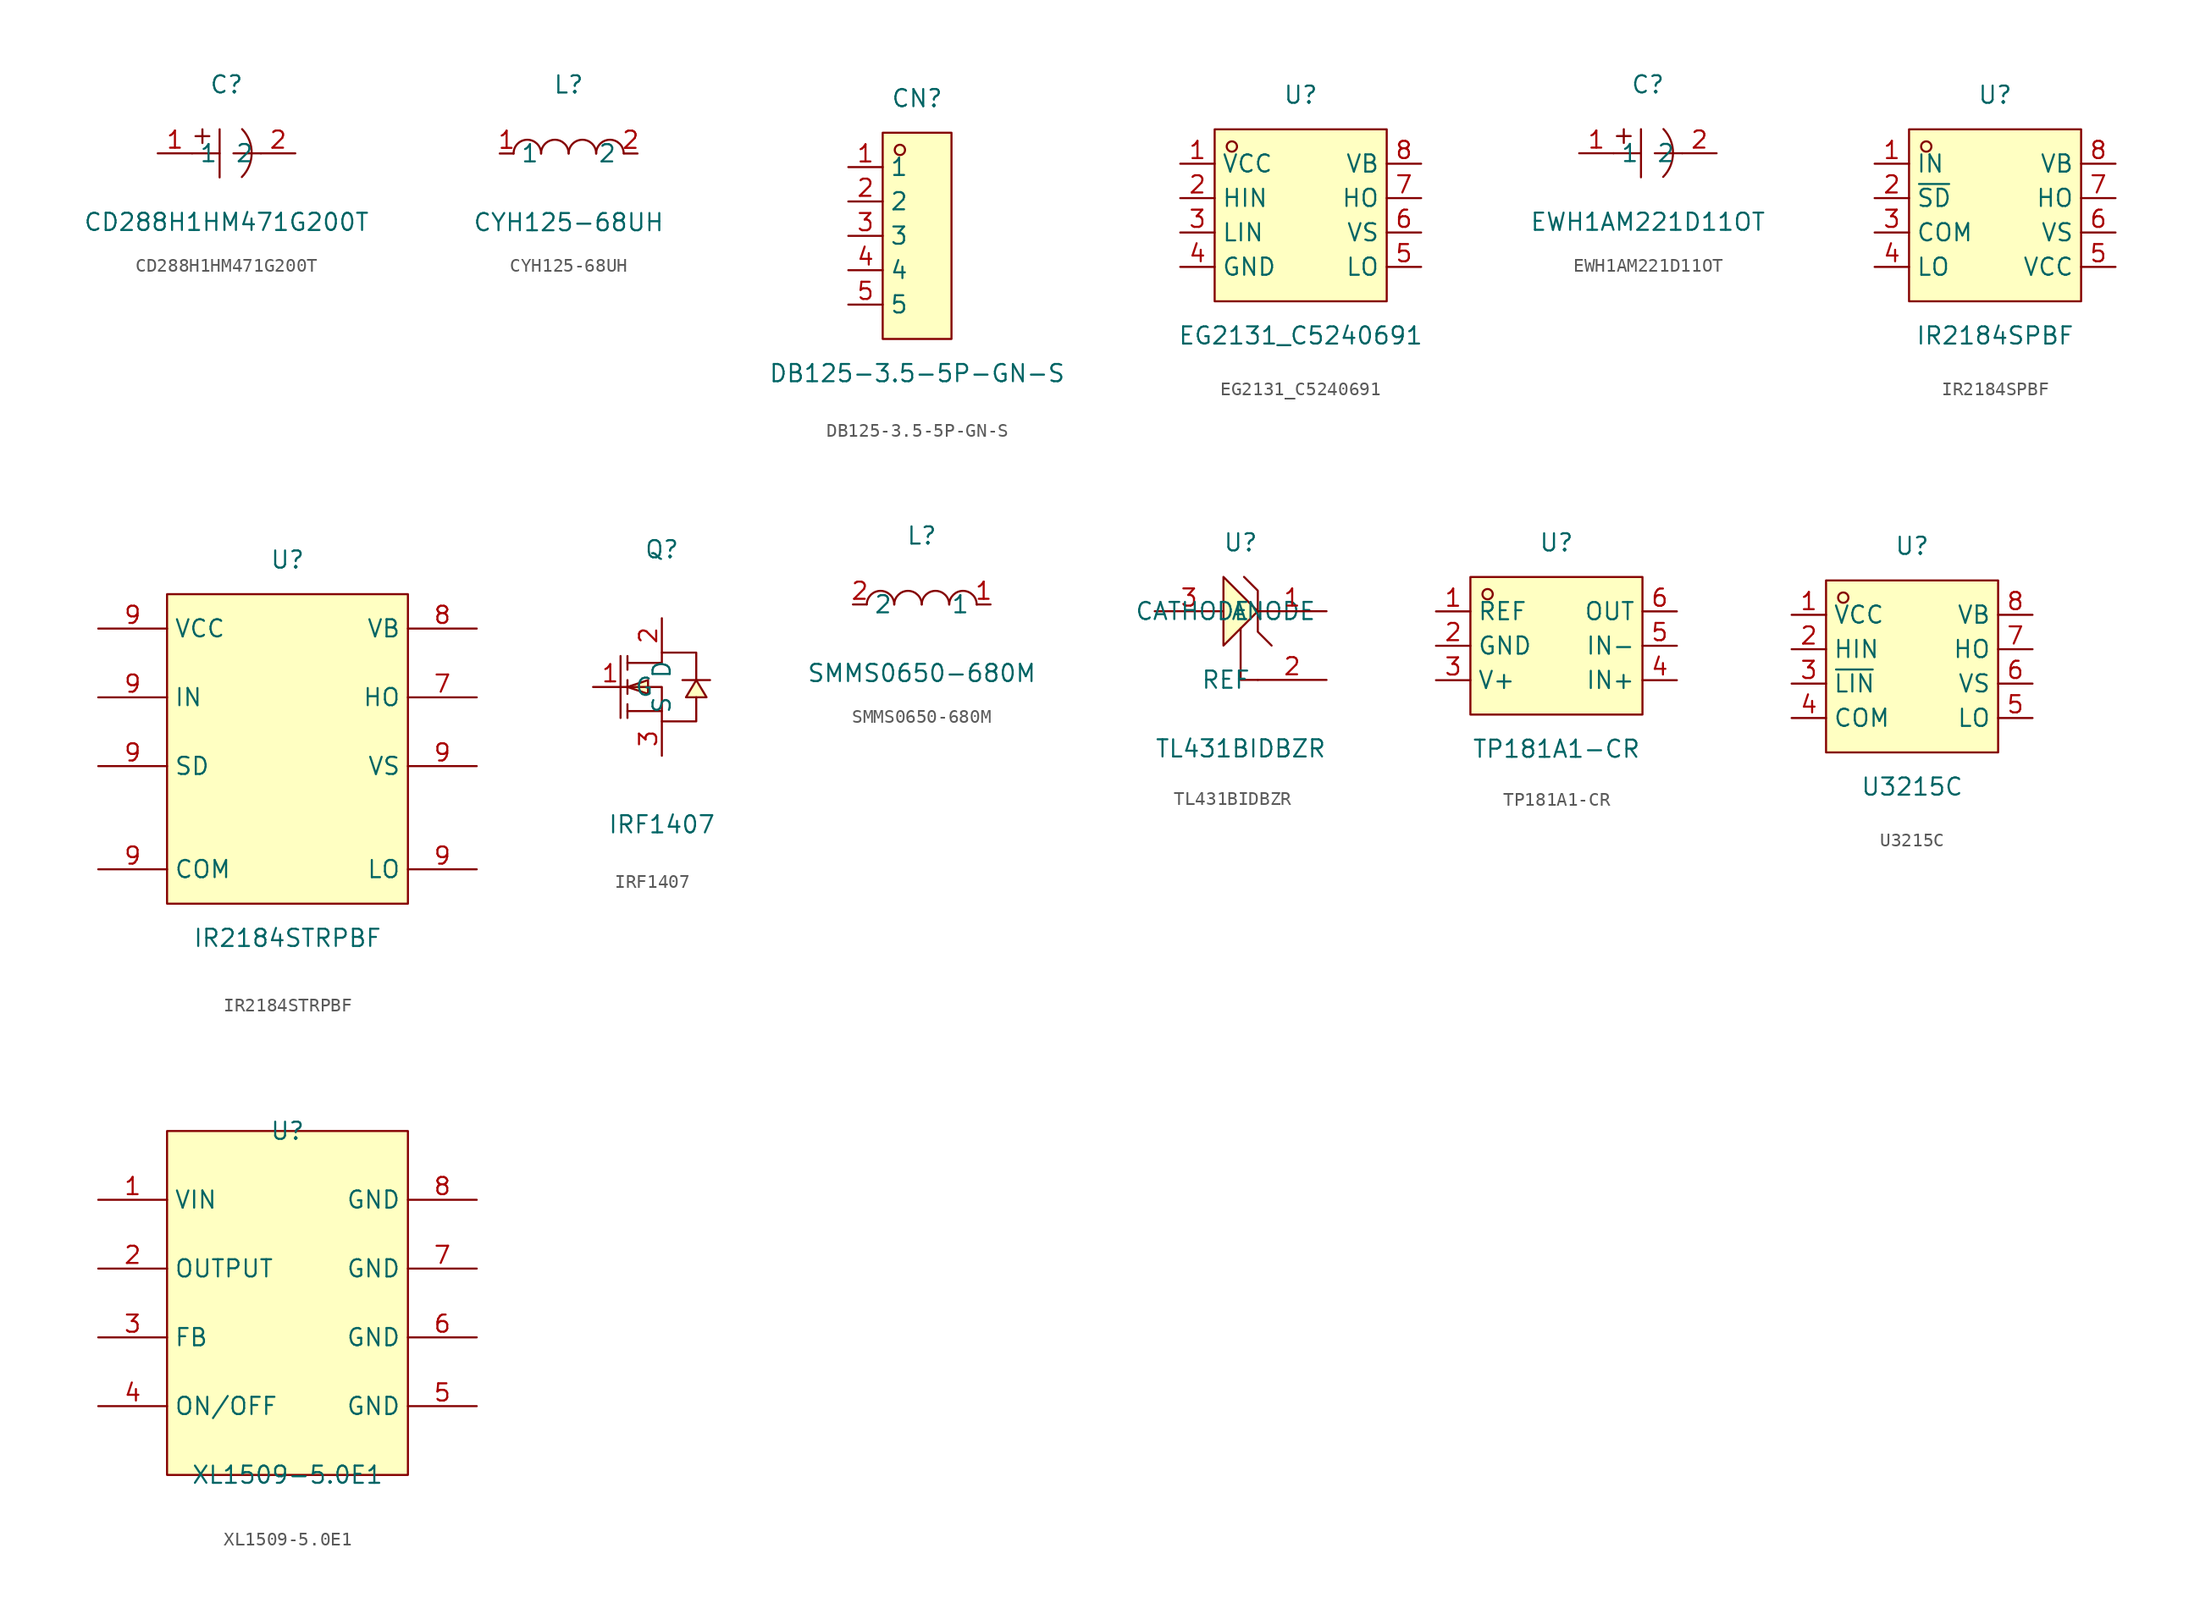
<source format=kicad_sym>
(kicad_symbol_lib
  (version 20211014)
  (generator https://github.com/uPesy/easyeda2kicad.py)
  (symbol "CD288H1HM471G200T"
    (property "Reference" "C"
      (at 0 5.08 0)
      (effects (font (size 1.27 1.27))))
    (property "Value" "CD288H1HM471G200T"
      (at 0 -5.08 0)
      (effects (font (size 1.27 1.27))))
    (symbol "CD288H1HM471G200T_0_1"
      (arc (start 1.13 -1.75) (mid 5.47 -0.41) (end 1.15 1.79) (stroke (width 0) (type default) (color 0 0 0 0)) (fill (type none)))
      (polyline (pts (xy -0.51 1.78) (xy -0.51 -1.78)) (stroke (width 0) (type default) (color 0 0 0 0)) (fill (type none)))
      (polyline (pts (xy -2.54 -0.00) (xy -0.51 -0.00)) (stroke (width 0) (type default) (color 0 0 0 0)) (fill (type none)))
      (polyline (pts (xy 0.51 -0.00) (xy 2.54 -0.00)) (stroke (width 0) (type default) (color 0 0 0 0)) (fill (type none)))
      (polyline (pts (xy -2.29 1.27) (xy -1.27 1.27)) (stroke (width 0) (type default) (color 0 0 0 0)) (fill (type none)))
      (polyline (pts (xy -1.78 1.78) (xy -1.78 0.76)) (stroke (width 0) (type default) (color 0 0 0 0)) (fill (type none)))
      (pin input line (at -5.08 -0.00 0) (length 2.54) (name "1" (effects (font (size 1.27 1.27)))) (number "1" (effects (font (size 1.27 1.27)))))
      (pin input line (at 5.08 -0.00 180) (length 2.54) (name "2" (effects (font (size 1.27 1.27)))) (number "2" (effects (font (size 1.27 1.27)))))))
  (symbol "CYH125-68UH"
    (property "Reference" "L"
      (at 0 5.08 0)
      (effects (font (size 1.27 1.27))))
    (property "Value" "CYH125-68UH"
      (at 0 -5.08 0)
      (effects (font (size 1.27 1.27))))
    (symbol "CYH125-68UH_0_1"
      (arc (start -4.06 -0.01) (mid -2.83 0.99) (end -2.03 0.01) (stroke (width 0) (type default) (color 0 0 0 0)) (fill (type none)))
      (arc (start -2.03 -0.01) (mid -0.80 0.99) (end 0.00 0.01) (stroke (width 0) (type default) (color 0 0 0 0)) (fill (type none)))
      (arc (start 2.03 -0.01) (mid 3.26 0.99) (end 4.06 0.01) (stroke (width 0) (type default) (color 0 0 0 0)) (fill (type none)))
      (arc (start 0.00 -0.01) (mid 1.23 0.99) (end 2.03 0.01) (stroke (width 0) (type default) (color 0 0 0 0)) (fill (type none)))
      (pin unspecified line (at 5.08 -0.00 180) (length 1.016) (name "2" (effects (font (size 1.27 1.27)))) (number "2" (effects (font (size 1.27 1.27)))))
      (pin unspecified line (at -5.08 -0.00 0) (length 1.016) (name "1" (effects (font (size 1.27 1.27)))) (number "1" (effects (font (size 1.27 1.27)))))))
  (symbol "DB125-3.5-5P-GN-S"
    (property "Reference" "CN"
      (at 0 10.16 0)
      (effects (font (size 1.27 1.27))))
    (property "Value" "DB125-3.5-5P-GN-S"
      (at 0 -10.16 0)
      (effects (font (size 1.27 1.27))))
    (symbol "DB125-3.5-5P-GN-S_0_1"
      (rectangle (start -2.54 7.62) (end 2.54 -7.62) (stroke (width 0) (type default) (color 0 0 0 0)) (fill (type background)))
      (circle (center -1.27 6.35) (radius 0.38) (stroke (width 0) (type default) (color 0 0 0 0)) (fill (type none)))
      (pin unspecified line (at -5.08 5.08 0) (length 2.54) (name "1" (effects (font (size 1.27 1.27)))) (number "1" (effects (font (size 1.27 1.27)))))
      (pin unspecified line (at -5.08 2.54 0) (length 2.54) (name "2" (effects (font (size 1.27 1.27)))) (number "2" (effects (font (size 1.27 1.27)))))
      (pin unspecified line (at -5.08 -0.00 0) (length 2.54) (name "3" (effects (font (size 1.27 1.27)))) (number "3" (effects (font (size 1.27 1.27)))))
      (pin unspecified line (at -5.08 -2.54 0) (length 2.54) (name "4" (effects (font (size 1.27 1.27)))) (number "4" (effects (font (size 1.27 1.27)))))
      (pin unspecified line (at -5.08 -5.08 0) (length 2.54) (name "5" (effects (font (size 1.27 1.27)))) (number "5" (effects (font (size 1.27 1.27)))))))
  (symbol "EG2131_C5240691"
    (property "Reference" "U"
      (at 0 8.89 0)
      (effects (font (size 1.27 1.27))))
    (property "Value" "EG2131_C5240691"
      (at 0 -8.89 0)
      (effects (font (size 1.27 1.27))))
    (symbol "EG2131_C5240691_0_1"
      (rectangle (start -6.35 6.35) (end 6.35 -6.35) (stroke (width 0) (type default) (color 0 0 0 0)) (fill (type background)))
      (circle (center -5.08 5.08) (radius 0.38) (stroke (width 0) (type default) (color 0 0 0 0)) (fill (type none)))
      (pin unspecified line (at -8.89 3.81 0) (length 2.54) (name "VCC" (effects (font (size 1.27 1.27)))) (number "1" (effects (font (size 1.27 1.27)))))
      (pin unspecified line (at -8.89 1.27 0) (length 2.54) (name "HIN" (effects (font (size 1.27 1.27)))) (number "2" (effects (font (size 1.27 1.27)))))
      (pin unspecified line (at -8.89 -1.27 0) (length 2.54) (name "LIN" (effects (font (size 1.27 1.27)))) (number "3" (effects (font (size 1.27 1.27)))))
      (pin unspecified line (at -8.89 -3.81 0) (length 2.54) (name "GND" (effects (font (size 1.27 1.27)))) (number "4" (effects (font (size 1.27 1.27)))))
      (pin unspecified line (at 8.89 -3.81 180) (length 2.54) (name "LO" (effects (font (size 1.27 1.27)))) (number "5" (effects (font (size 1.27 1.27)))))
      (pin unspecified line (at 8.89 -1.27 180) (length 2.54) (name "VS" (effects (font (size 1.27 1.27)))) (number "6" (effects (font (size 1.27 1.27)))))
      (pin unspecified line (at 8.89 1.27 180) (length 2.54) (name "HO" (effects (font (size 1.27 1.27)))) (number "7" (effects (font (size 1.27 1.27)))))
      (pin unspecified line (at 8.89 3.81 180) (length 2.54) (name "VB" (effects (font (size 1.27 1.27)))) (number "8" (effects (font (size 1.27 1.27)))))))
  (symbol "EWH1AM221D11OT"
    (property "Reference" "C"
      (at 0 5.08 0)
      (effects (font (size 1.27 1.27))))
    (property "Value" "EWH1AM221D11OT"
      (at 0 -5.08 0)
      (effects (font (size 1.27 1.27))))
    (symbol "EWH1AM221D11OT_0_1"
      (arc (start 1.13 -1.75) (mid 5.47 -0.41) (end 1.15 1.79) (stroke (width 0) (type default) (color 0 0 0 0)) (fill (type none)))
      (polyline (pts (xy -0.51 1.78) (xy -0.51 -1.78)) (stroke (width 0) (type default) (color 0 0 0 0)) (fill (type none)))
      (polyline (pts (xy -2.54 -0.00) (xy -0.51 -0.00)) (stroke (width 0) (type default) (color 0 0 0 0)) (fill (type none)))
      (polyline (pts (xy 0.51 -0.00) (xy 2.54 -0.00)) (stroke (width 0) (type default) (color 0 0 0 0)) (fill (type none)))
      (polyline (pts (xy -2.29 1.27) (xy -1.27 1.27)) (stroke (width 0) (type default) (color 0 0 0 0)) (fill (type none)))
      (polyline (pts (xy -1.78 1.78) (xy -1.78 0.76)) (stroke (width 0) (type default) (color 0 0 0 0)) (fill (type none)))
      (pin input line (at -5.08 -0.00 0) (length 2.54) (name "1" (effects (font (size 1.27 1.27)))) (number "1" (effects (font (size 1.27 1.27)))))
      (pin input line (at 5.08 -0.00 180) (length 2.54) (name "2" (effects (font (size 1.27 1.27)))) (number "2" (effects (font (size 1.27 1.27)))))))
  (symbol "IR2184SPBF"
    (property "Reference" "U"
      (at 0 8.89 0)
      (effects (font (size 1.27 1.27))))
    (property "Value" "IR2184SPBF"
      (at 0 -8.89 0)
      (effects (font (size 1.27 1.27))))
    (symbol "IR2184SPBF_0_1"
      (rectangle (start -6.35 6.35) (end 6.35 -6.35) (stroke (width 0) (type default) (color 0 0 0 0)) (fill (type background)))
      (circle (center -5.08 5.08) (radius 0.38) (stroke (width 0) (type default) (color 0 0 0 0)) (fill (type none)))
      (pin unspecified line (at -8.89 3.81 0) (length 2.54) (name "IN" (effects (font (size 1.27 1.27)))) (number "1" (effects (font (size 1.27 1.27)))))
      (pin unspecified line (at -8.89 1.27 0) (length 2.54) (name "~{SD}" (effects (font (size 1.27 1.27)))) (number "2" (effects (font (size 1.27 1.27)))))
      (pin unspecified line (at -8.89 -1.27 0) (length 2.54) (name "COM" (effects (font (size 1.27 1.27)))) (number "3" (effects (font (size 1.27 1.27)))))
      (pin unspecified line (at -8.89 -3.81 0) (length 2.54) (name "LO" (effects (font (size 1.27 1.27)))) (number "4" (effects (font (size 1.27 1.27)))))
      (pin unspecified line (at 8.89 -3.81 180) (length 2.54) (name "VCC" (effects (font (size 1.27 1.27)))) (number "5" (effects (font (size 1.27 1.27)))))
      (pin unspecified line (at 8.89 -1.27 180) (length 2.54) (name "VS" (effects (font (size 1.27 1.27)))) (number "6" (effects (font (size 1.27 1.27)))))
      (pin unspecified line (at 8.89 1.27 180) (length 2.54) (name "HO" (effects (font (size 1.27 1.27)))) (number "7" (effects (font (size 1.27 1.27)))))
      (pin unspecified line (at 8.89 3.81 180) (length 2.54) (name "VB" (effects (font (size 1.27 1.27)))) (number "8" (effects (font (size 1.27 1.27)))))))
  (symbol "IR2184STRPBF"
    (property "Reference" "U"
      (at 0 13.97 0)
      (effects (font (size 1.27 1.27))))
    (property "Value" "IR2184STRPBF"
      (at 0 -13.97 0)
      (effects (font (size 1.27 1.27))))
    (symbol "IR2184STRPBF_0_1"
      (rectangle (start -8.89 11.43) (end 8.89 -11.43) (stroke (width 0) (type default) (color 0 0 0 0)) (fill (type background)))
      (pin output line (at 13.97 3.81 180) (length 5.08) (name "HO" (effects (font (size 1.27 1.27)))) (number "7" (effects (font (size 1.27 1.27)))))
      (pin unspecified line (at 13.97 8.89 180) (length 5.08) (name "VB" (effects (font (size 1.27 1.27)))) (number "8" (effects (font (size 1.27 1.27)))))
      (pin unspecified line (at -13.97 3.81 0) (length 5.08) (name "IN" (effects (font (size 1.27 1.27)))) (number "9" (effects (font (size 1.27 1.27)))))
      (pin unspecified line (at -13.97 -1.27 0) (length 5.08) (name "SD" (effects (font (size 1.27 1.27)))) (number "9" (effects (font (size 1.27 1.27)))))
      (pin unspecified line (at -13.97 -8.89 0) (length 5.08) (name "COM" (effects (font (size 1.27 1.27)))) (number "9" (effects (font (size 1.27 1.27)))))
      (pin unspecified line (at 13.97 -8.89 180) (length 5.08) (name "LO" (effects (font (size 1.27 1.27)))) (number "9" (effects (font (size 1.27 1.27)))))
      (pin unspecified line (at 13.97 -1.27 180) (length 5.08) (name "VS" (effects (font (size 1.27 1.27)))) (number "9" (effects (font (size 1.27 1.27)))))
      (pin unspecified line (at -13.97 8.89 0) (length 5.08) (name "VCC" (effects (font (size 1.27 1.27)))) (number "9" (effects (font (size 1.27 1.27)))))))
  (symbol "IRF1407"
    (property "Reference" "Q"
      (at 0 10.16 0)
      (effects (font (size 1.27 1.27))))
    (property "Value" "IRF1407"
      (at 0 -10.16 0)
      (effects (font (size 1.27 1.27))))
    (symbol "IRF1407_0_1"
      (polyline (pts (xy 3.56 0.51) (xy 3.05 0.51) (xy 2.03 0.51) (xy 1.52 0.51)) (stroke (width 0) (type default) (color 0 0 0 0)) (fill (type none)))
      (polyline (pts (xy -2.54 -2.29) (xy -2.54 -1.27)) (stroke (width 0) (type default) (color 0 0 0 0)) (fill (type none)))
      (polyline (pts (xy -2.54 -0.51) (xy -2.54 0.51)) (stroke (width 0) (type default) (color 0 0 0 0)) (fill (type none)))
      (polyline (pts (xy -2.54 2.29) (xy -2.54 1.27)) (stroke (width 0) (type default) (color 0 0 0 0)) (fill (type none)))
      (polyline (pts (xy -3.05 2.29) (xy -3.05 -2.29)) (stroke (width 0) (type default) (color 0 0 0 0)) (fill (type none)))
      (polyline (pts (xy 0.00 -1.78) (xy -2.54 -1.78)) (stroke (width 0) (type default) (color 0 0 0 0)) (fill (type none)))
      (polyline (pts (xy -2.54 -0.00) (xy 0.00 -0.00) (xy 0.00 -2.54) (xy 2.54 -2.54) (xy 2.54 -0.76)) (stroke (width 0) (type default) (color 0 0 0 0)) (fill (type none)))
      (polyline (pts (xy -2.54 1.78) (xy 0.00 1.78) (xy 0.00 2.54) (xy 2.54 2.54) (xy 2.54 0.51)) (stroke (width 0) (type default) (color 0 0 0 0)) (fill (type none)))
      (polyline (pts (xy 2.54 0.51) (xy 1.78 -0.76) (xy 3.30 -0.76) (xy 2.54 0.51)) (stroke (width 0) (type default) (color 0 0 0 0)) (fill (type background)))
      (polyline (pts (xy -2.54 -0.00) (xy -1.02 -0.51) (xy -1.02 0.51) (xy -2.54 -0.00)) (stroke (width 0) (type default) (color 0 0 0 0)) (fill (type background)))
      (pin unspecified line (at 0.00 -5.08 90) (length 2.54) (name "S" (effects (font (size 1.27 1.27)))) (number "3" (effects (font (size 1.27 1.27)))))
      (pin unspecified line (at -5.08 -0.00 0) (length 2.54) (name "G" (effects (font (size 1.27 1.27)))) (number "1" (effects (font (size 1.27 1.27)))))
      (pin unspecified line (at 0.00 5.08 270) (length 2.54) (name "D" (effects (font (size 1.27 1.27)))) (number "2" (effects (font (size 1.27 1.27)))))))
  (symbol "SMMS0650-680M"
    (property "Reference" "L"
      (at 0 5.08 0)
      (effects (font (size 1.27 1.27))))
    (property "Value" "SMMS0650-680M"
      (at 0 -5.08 0)
      (effects (font (size 1.27 1.27))))
    (symbol "SMMS0650-680M_0_1"
      (arc (start 4.06 -0.01) (mid 3.26 0.99) (end 2.03 0.01) (stroke (width 0) (type default) (color 0 0 0 0)) (fill (type none)))
      (arc (start 2.03 -0.01) (mid 1.23 0.99) (end 0.00 0.01) (stroke (width 0) (type default) (color 0 0 0 0)) (fill (type none)))
      (arc (start -2.03 -0.01) (mid -2.83 0.99) (end -4.06 0.01) (stroke (width 0) (type default) (color 0 0 0 0)) (fill (type none)))
      (arc (start 0.00 -0.01) (mid -0.80 0.99) (end -2.03 0.01) (stroke (width 0) (type default) (color 0 0 0 0)) (fill (type none)))
      (pin unspecified line (at -5.08 -0.00 0) (length 1.016) (name "2" (effects (font (size 1.27 1.27)))) (number "2" (effects (font (size 1.27 1.27)))))
      (pin unspecified line (at 5.08 -0.00 180) (length 1.016) (name "1" (effects (font (size 1.27 1.27)))) (number "1" (effects (font (size 1.27 1.27)))))))
  (symbol "TL431BIDBZR"
    (property "Reference" "U"
      (at 0 6.35 0)
      (effects (font (size 1.27 1.27))))
    (property "Value" "TL431BIDBZR"
      (at 0 -8.89 0)
      (effects (font (size 1.27 1.27))))
    (symbol "TL431BIDBZR_0_1"
      (polyline (pts (xy 2.29 -1.27) (xy 1.27 -0.25) (xy 1.27 2.79) (xy 0.25 3.81)) (stroke (width 0) (type default) (color 0 0 0 0)) (fill (type none)))
      (polyline (pts (xy 1.27 -3.81) (xy 0.00 -3.81) (xy 0.00 -0.00) (xy 0.00 -0.00)) (stroke (width 0) (type default) (color 0 0 0 0)) (fill (type none)))
      (polyline (pts (xy -1.27 -1.27) (xy 1.27 1.27) (xy -1.27 3.81) (xy -1.27 -1.27)) (stroke (width 0) (type default) (color 0 0 0 0)) (fill (type background)))
      (pin unspecified line (at -6.35 1.27 0) (length 5.08) (name "ANODE" (effects (font (size 1.27 1.27)))) (number "3" (effects (font (size 1.27 1.27)))))
      (pin unspecified line (at 6.35 1.27 180) (length 5.08) (name "CATHODE" (effects (font (size 1.27 1.27)))) (number "1" (effects (font (size 1.27 1.27)))))
      (pin unspecified line (at 6.35 -3.81 180) (length 5.08) (name "REF" (effects (font (size 1.27 1.27)))) (number "2" (effects (font (size 1.27 1.27)))))))
  (symbol "TP181A1-CR"
    (property "Reference" "U"
      (at 0 7.62 0)
      (effects (font (size 1.27 1.27))))
    (property "Value" "TP181A1-CR"
      (at 0 -7.62 0)
      (effects (font (size 1.27 1.27))))
    (symbol "TP181A1-CR_0_1"
      (rectangle (start -6.35 5.08) (end 6.35 -5.08) (stroke (width 0) (type default) (color 0 0 0 0)) (fill (type background)))
      (circle (center -5.08 3.81) (radius 0.38) (stroke (width 0) (type default) (color 0 0 0 0)) (fill (type none)))
      (pin unspecified line (at -8.89 2.54 0) (length 2.54) (name "REF" (effects (font (size 1.27 1.27)))) (number "1" (effects (font (size 1.27 1.27)))))
      (pin unspecified line (at -8.89 -0.00 0) (length 2.54) (name "GND" (effects (font (size 1.27 1.27)))) (number "2" (effects (font (size 1.27 1.27)))))
      (pin unspecified line (at -8.89 -2.54 0) (length 2.54) (name "V+" (effects (font (size 1.27 1.27)))) (number "3" (effects (font (size 1.27 1.27)))))
      (pin unspecified line (at 8.89 -2.54 180) (length 2.54) (name "IN+" (effects (font (size 1.27 1.27)))) (number "4" (effects (font (size 1.27 1.27)))))
      (pin unspecified line (at 8.89 -0.00 180) (length 2.54) (name "IN-" (effects (font (size 1.27 1.27)))) (number "5" (effects (font (size 1.27 1.27)))))
      (pin unspecified line (at 8.89 2.54 180) (length 2.54) (name "OUT" (effects (font (size 1.27 1.27)))) (number "6" (effects (font (size 1.27 1.27)))))))
  (symbol "U3215C"
    (property "Reference" "U"
      (at 0 8.89 0)
      (effects (font (size 1.27 1.27))))
    (property "Value" "U3215C"
      (at 0 -8.89 0)
      (effects (font (size 1.27 1.27))))
    (symbol "U3215C_0_1"
      (rectangle (start -6.35 6.35) (end 6.35 -6.35) (stroke (width 0) (type default) (color 0 0 0 0)) (fill (type background)))
      (circle (center -5.08 5.08) (radius 0.38) (stroke (width 0) (type default) (color 0 0 0 0)) (fill (type none)))
      (pin unspecified line (at -8.89 3.81 0) (length 2.54) (name "VCC" (effects (font (size 1.27 1.27)))) (number "1" (effects (font (size 1.27 1.27)))))
      (pin unspecified line (at -8.89 1.27 0) (length 2.54) (name "HIN" (effects (font (size 1.27 1.27)))) (number "2" (effects (font (size 1.27 1.27)))))
      (pin unspecified line (at -8.89 -1.27 0) (length 2.54) (name "~{LIN}" (effects (font (size 1.27 1.27)))) (number "3" (effects (font (size 1.27 1.27)))))
      (pin unspecified line (at -8.89 -3.81 0) (length 2.54) (name "COM" (effects (font (size 1.27 1.27)))) (number "4" (effects (font (size 1.27 1.27)))))
      (pin unspecified line (at 8.89 -3.81 180) (length 2.54) (name "LO" (effects (font (size 1.27 1.27)))) (number "5" (effects (font (size 1.27 1.27)))))
      (pin unspecified line (at 8.89 -1.27 180) (length 2.54) (name "VS" (effects (font (size 1.27 1.27)))) (number "6" (effects (font (size 1.27 1.27)))))
      (pin unspecified line (at 8.89 1.27 180) (length 2.54) (name "HO" (effects (font (size 1.27 1.27)))) (number "7" (effects (font (size 1.27 1.27)))))
      (pin unspecified line (at 8.89 3.81 180) (length 2.54) (name "VB" (effects (font (size 1.27 1.27)))) (number "8" (effects (font (size 1.27 1.27)))))))
  (symbol "XL1509-5.0E1"
    (property "Reference" "U"
      (at 0 12.70 0)
      (effects (font (size 1.27 1.27))))
    (property "Value" "XL1509-5.0E1"
      (at 0 -12.70 0)
      (effects (font (size 1.27 1.27))))
    (symbol "XL1509-5.0E1_0_1"
      (rectangle (start -8.89 12.70) (end 8.89 -12.70) (stroke (width 0) (type default) (color 0 0 0 0)) (fill (type background)))
      (pin unspecified line (at -13.97 7.62 0) (length 5.08) (name "VIN" (effects (font (size 1.27 1.27)))) (number "1" (effects (font (size 1.27 1.27)))))
      (pin unspecified line (at -13.97 2.54 0) (length 5.08) (name "OUTPUT" (effects (font (size 1.27 1.27)))) (number "2" (effects (font (size 1.27 1.27)))))
      (pin unspecified line (at -13.97 -2.54 0) (length 5.08) (name "FB" (effects (font (size 1.27 1.27)))) (number "3" (effects (font (size 1.27 1.27)))))
      (pin unspecified line (at -13.97 -7.62 0) (length 5.08) (name "ON/OFF" (effects (font (size 1.27 1.27)))) (number "4" (effects (font (size 1.27 1.27)))))
      (pin unspecified line (at 13.97 -7.62 180) (length 5.08) (name "GND" (effects (font (size 1.27 1.27)))) (number "5" (effects (font (size 1.27 1.27)))))
      (pin unspecified line (at 13.97 -2.54 180) (length 5.08) (name "GND" (effects (font (size 1.27 1.27)))) (number "6" (effects (font (size 1.27 1.27)))))
      (pin unspecified line (at 13.97 2.54 180) (length 5.08) (name "GND" (effects (font (size 1.27 1.27)))) (number "7" (effects (font (size 1.27 1.27)))))
      (pin unspecified line (at 13.97 7.62 180) (length 5.08) (name "GND" (effects (font (size 1.27 1.27)))) (number "8" (effects (font (size 1.27 1.27))))))))
</source>
